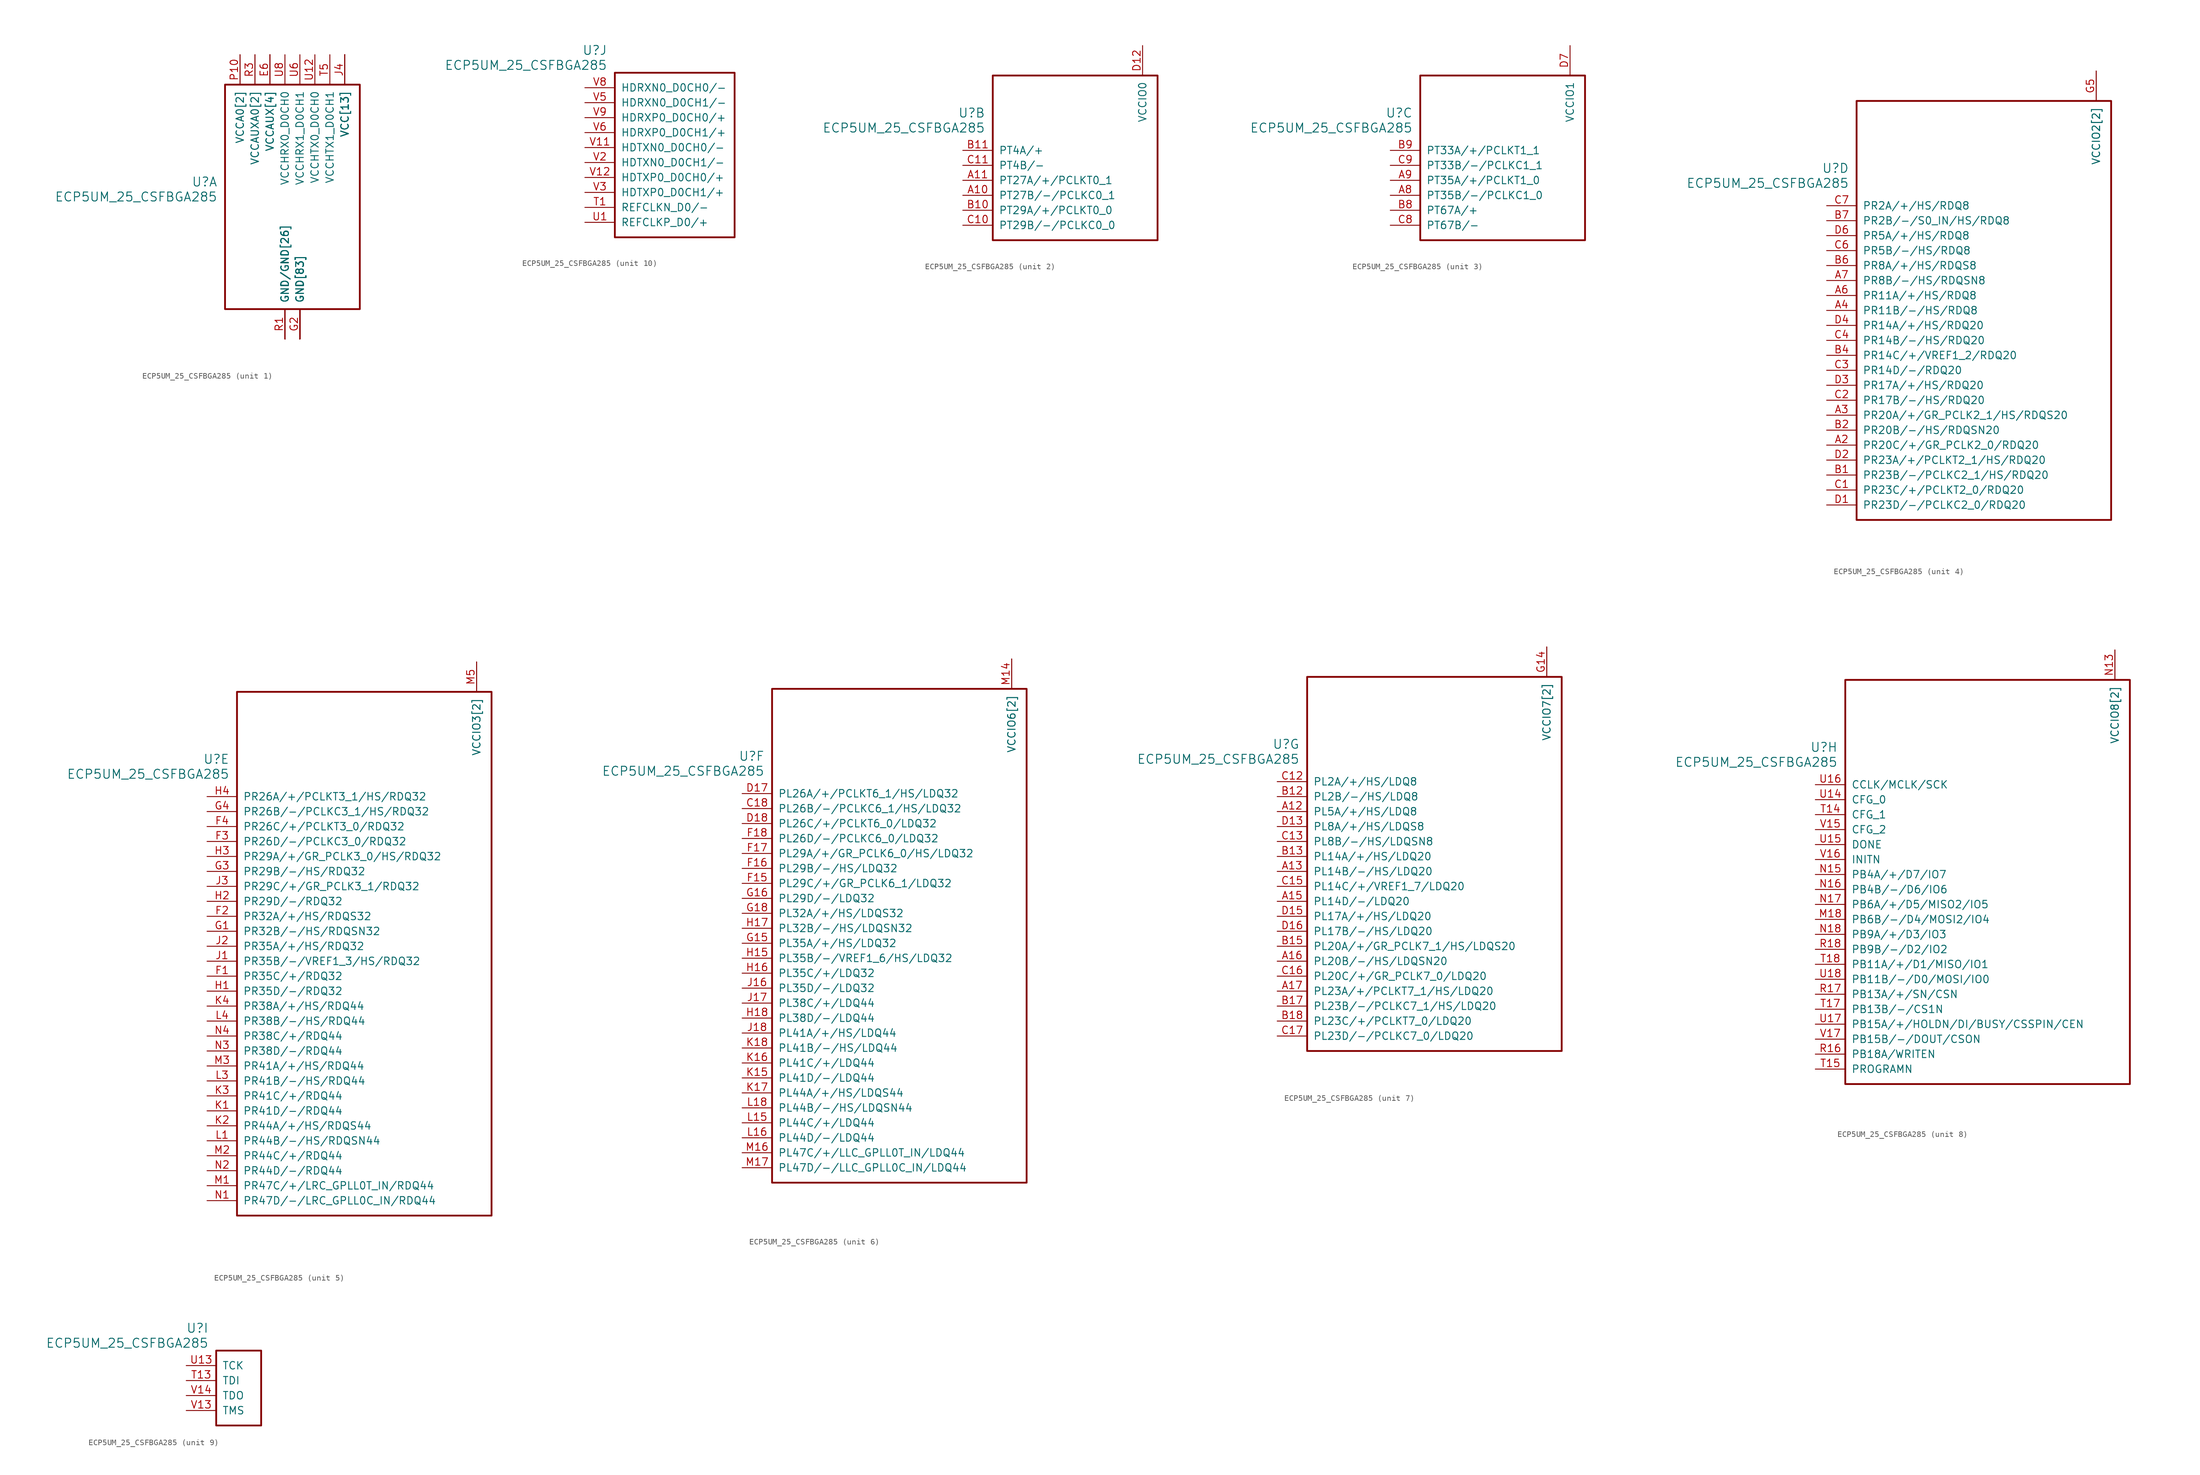
<source format=kicad_sym>
(kicad_symbol_lib
  (version 20241209)
  (generator "kicad_symbol_editor")
  (generator_version "9.0")
  (symbol "ECP5UM_25_CSFBGA285"
    (pin_names
      (offset 1.016))
    (property "Reference" "U"
      (at 3.81 6.35 0)
      (effects (font (size 1.524 1.524)) (justify right)))
    (property "Value" "ECP5UM_25_CSFBGA285"
      (at 3.81 3.81 0)
      (effects (font (size 1.524 1.524)) (justify right)))
    (property "ki_locked" ""
      (at 0 0 0)
      (effects (font (size 1.27 1.27))))
    (symbol "ECP5UM_25_CSFBGA285_1_1"
      (rectangle (start 5.08 22.86) (end 27.94 -15.24) (stroke (width 0.305) (type solid)) (fill (type none)))
      (pin power_in line (at 7.62 27.94 270) (length 5.08) (name "VCCA0[2]" (effects (font (size 1.27 1.27)))) (number "P10" (effects (font (size 1.27 1.27)))))
      (pin power_in line (at 7.62 27.94 270) (length 5.08) (name "VCCA0[2]" (effects (font (size 1.27 1.27)))) (number "R10" (effects (font (size 0 0)))))
      (pin power_in line (at 10.16 27.94 270) (length 5.08) (name "VCCAUXA0[2]" (effects (font (size 1.27 1.27)))) (number "P5" (effects (font (size 0 0)))))
      (pin power_in line (at 10.16 27.94 270) (length 5.08) (name "VCCAUXA0[2]" (effects (font (size 1.27 1.27)))) (number "R3" (effects (font (size 1.27 1.27)))))
      (pin power_in line (at 12.7 27.94 270) (length 5.08) (name "VCCAUX[4]" (effects (font (size 1.27 1.27)))) (number "E13" (effects (font (size 0 0)))))
      (pin power_in line (at 12.7 27.94 270) (length 5.08) (name "VCCAUX[4]" (effects (font (size 1.27 1.27)))) (number "E6" (effects (font (size 1.27 1.27)))))
      (pin power_in line (at 12.7 27.94 270) (length 5.08) (name "VCCAUX[4]" (effects (font (size 1.27 1.27)))) (number "N6" (effects (font (size 0 0)))))
      (pin power_in line (at 12.7 27.94 270) (length 5.08) (name "VCCAUX[4]" (effects (font (size 1.27 1.27)))) (number "P13" (effects (font (size 0 0)))))
      (pin power_in line (at 15.24 27.94 270) (length 5.08) (name "VCCHRX0_D0CH0" (effects (font (size 1.27 1.27)))) (number "U8" (effects (font (size 1.27 1.27)))))
      (pin power_in line (at 15.24 -20.32 90) (length 5.08) (name "GND/GND[26]" (effects (font (size 1.27 1.27)))) (number "P12" (effects (font (size 0 0)))))
      (pin power_in line (at 15.24 -20.32 90) (length 5.08) (name "GND/GND[26]" (effects (font (size 1.27 1.27)))) (number "P6" (effects (font (size 0 0)))))
      (pin power_in line (at 15.24 -20.32 90) (length 5.08) (name "GND/GND[26]" (effects (font (size 1.27 1.27)))) (number "P8" (effects (font (size 0 0)))))
      (pin power_in line (at 15.24 -20.32 90) (length 5.08) (name "GND/GND[26]" (effects (font (size 1.27 1.27)))) (number "R1" (effects (font (size 1.27 1.27)))))
      (pin power_in line (at 15.24 -20.32 90) (length 5.08) (name "GND/GND[26]" (effects (font (size 1.27 1.27)))) (number "R2" (effects (font (size 0 0)))))
      (pin power_in line (at 15.24 -20.32 90) (length 5.08) (name "GND/GND[26]" (effects (font (size 1.27 1.27)))) (number "T10" (effects (font (size 0 0)))))
      (pin power_in line (at 15.24 -20.32 90) (length 5.08) (name "GND/GND[26]" (effects (font (size 1.27 1.27)))) (number "T11" (effects (font (size 0 0)))))
      (pin power_in line (at 15.24 -20.32 90) (length 5.08) (name "GND/GND[26]" (effects (font (size 1.27 1.27)))) (number "T12" (effects (font (size 0 0)))))
      (pin power_in line (at 15.24 -20.32 90) (length 5.08) (name "GND/GND[26]" (effects (font (size 1.27 1.27)))) (number "T2" (effects (font (size 0 0)))))
      (pin power_in line (at 15.24 -20.32 90) (length 5.08) (name "GND/GND[26]" (effects (font (size 1.27 1.27)))) (number "T3" (effects (font (size 0 0)))))
      (pin power_in line (at 15.24 -20.32 90) (length 5.08) (name "GND/GND[26]" (effects (font (size 1.27 1.27)))) (number "T4" (effects (font (size 0 0)))))
      (pin power_in line (at 15.24 -20.32 90) (length 5.08) (name "GND/GND[26]" (effects (font (size 1.27 1.27)))) (number "T6" (effects (font (size 0 0)))))
      (pin power_in line (at 15.24 -20.32 90) (length 5.08) (name "GND/GND[26]" (effects (font (size 1.27 1.27)))) (number "T7" (effects (font (size 0 0)))))
      (pin power_in line (at 15.24 -20.32 90) (length 5.08) (name "GND/GND[26]" (effects (font (size 1.27 1.27)))) (number "T8" (effects (font (size 0 0)))))
      (pin power_in line (at 15.24 -20.32 90) (length 5.08) (name "GND/GND[26]" (effects (font (size 1.27 1.27)))) (number "T9" (effects (font (size 0 0)))))
      (pin power_in line (at 15.24 -20.32 90) (length 5.08) (name "GND/GND[26]" (effects (font (size 1.27 1.27)))) (number "U10" (effects (font (size 0 0)))))
      (pin power_in line (at 15.24 -20.32 90) (length 5.08) (name "GND/GND[26]" (effects (font (size 1.27 1.27)))) (number "U11" (effects (font (size 0 0)))))
      (pin power_in line (at 15.24 -20.32 90) (length 5.08) (name "GND/GND[26]" (effects (font (size 1.27 1.27)))) (number "U2" (effects (font (size 0 0)))))
      (pin power_in line (at 15.24 -20.32 90) (length 5.08) (name "GND/GND[26]" (effects (font (size 1.27 1.27)))) (number "U3" (effects (font (size 0 0)))))
      (pin power_in line (at 15.24 -20.32 90) (length 5.08) (name "GND/GND[26]" (effects (font (size 1.27 1.27)))) (number "U4" (effects (font (size 0 0)))))
      (pin power_in line (at 15.24 -20.32 90) (length 5.08) (name "GND/GND[26]" (effects (font (size 1.27 1.27)))) (number "U5" (effects (font (size 0 0)))))
      (pin power_in line (at 15.24 -20.32 90) (length 5.08) (name "GND/GND[26]" (effects (font (size 1.27 1.27)))) (number "U7" (effects (font (size 0 0)))))
      (pin power_in line (at 15.24 -20.32 90) (length 5.08) (name "GND/GND[26]" (effects (font (size 1.27 1.27)))) (number "U9" (effects (font (size 0 0)))))
      (pin power_in line (at 15.24 -20.32 90) (length 5.08) (name "GND/GND[26]" (effects (font (size 1.27 1.27)))) (number "V10" (effects (font (size 0 0)))))
      (pin power_in line (at 15.24 -20.32 90) (length 5.08) (name "GND/GND[26]" (effects (font (size 1.27 1.27)))) (number "V4" (effects (font (size 0 0)))))
      (pin power_in line (at 15.24 -20.32 90) (length 5.08) (name "GND/GND[26]" (effects (font (size 1.27 1.27)))) (number "V7" (effects (font (size 0 0)))))
      (pin power_in line (at 17.78 27.94 270) (length 5.08) (name "VCCHRX1_D0CH1" (effects (font (size 1.27 1.27)))) (number "U6" (effects (font (size 1.27 1.27)))))
      (pin power_in line (at 17.78 -20.32 90) (length 5.08) (name "GND[83]" (effects (font (size 1.27 1.27)))) (number "B16" (effects (font (size 0 0)))))
      (pin power_in line (at 17.78 -20.32 90) (length 5.08) (name "GND[83]" (effects (font (size 1.27 1.27)))) (number "B3" (effects (font (size 0 0)))))
      (pin power_in line (at 17.78 -20.32 90) (length 5.08) (name "GND[83]" (effects (font (size 1.27 1.27)))) (number "E10" (effects (font (size 0 0)))))
      (pin power_in line (at 17.78 -20.32 90) (length 5.08) (name "GND[83]" (effects (font (size 1.27 1.27)))) (number "E11" (effects (font (size 0 0)))))
      (pin power_in line (at 17.78 -20.32 90) (length 5.08) (name "GND[83]" (effects (font (size 1.27 1.27)))) (number "E12" (effects (font (size 0 0)))))
      (pin power_in line (at 17.78 -20.32 90) (length 5.08) (name "GND[83]" (effects (font (size 1.27 1.27)))) (number "E14" (effects (font (size 0 0)))))
      (pin power_in line (at 17.78 -20.32 90) (length 5.08) (name "GND[83]" (effects (font (size 1.27 1.27)))) (number "E5" (effects (font (size 0 0)))))
      (pin power_in line (at 17.78 -20.32 90) (length 5.08) (name "GND[83]" (effects (font (size 1.27 1.27)))) (number "E7" (effects (font (size 0 0)))))
      (pin power_in line (at 17.78 -20.32 90) (length 5.08) (name "GND[83]" (effects (font (size 1.27 1.27)))) (number "E8" (effects (font (size 0 0)))))
      (pin power_in line (at 17.78 -20.32 90) (length 5.08) (name "GND[83]" (effects (font (size 1.27 1.27)))) (number "E9" (effects (font (size 0 0)))))
      (pin power_in line (at 17.78 -20.32 90) (length 5.08) (name "GND[83]" (effects (font (size 1.27 1.27)))) (number "F10" (effects (font (size 0 0)))))
      (pin power_in line (at 17.78 -20.32 90) (length 5.08) (name "GND[83]" (effects (font (size 1.27 1.27)))) (number "F11" (effects (font (size 0 0)))))
      (pin power_in line (at 17.78 -20.32 90) (length 5.08) (name "GND[83]" (effects (font (size 1.27 1.27)))) (number "F12" (effects (font (size 0 0)))))
      (pin power_in line (at 17.78 -20.32 90) (length 5.08) (name "GND[83]" (effects (font (size 1.27 1.27)))) (number "F13" (effects (font (size 0 0)))))
      (pin power_in line (at 17.78 -20.32 90) (length 5.08) (name "GND[83]" (effects (font (size 1.27 1.27)))) (number "F14" (effects (font (size 0 0)))))
      (pin power_in line (at 17.78 -20.32 90) (length 5.08) (name "GND[83]" (effects (font (size 1.27 1.27)))) (number "F5" (effects (font (size 0 0)))))
      (pin power_in line (at 17.78 -20.32 90) (length 5.08) (name "GND[83]" (effects (font (size 1.27 1.27)))) (number "F6" (effects (font (size 0 0)))))
      (pin power_in line (at 17.78 -20.32 90) (length 5.08) (name "GND[83]" (effects (font (size 1.27 1.27)))) (number "F7" (effects (font (size 0 0)))))
      (pin power_in line (at 17.78 -20.32 90) (length 5.08) (name "GND[83]" (effects (font (size 1.27 1.27)))) (number "F8" (effects (font (size 0 0)))))
      (pin power_in line (at 17.78 -20.32 90) (length 5.08) (name "GND[83]" (effects (font (size 1.27 1.27)))) (number "F9" (effects (font (size 0 0)))))
      (pin power_in line (at 17.78 -20.32 90) (length 5.08) (name "GND[83]" (effects (font (size 1.27 1.27)))) (number "G10" (effects (font (size 0 0)))))
      (pin power_in line (at 17.78 -20.32 90) (length 5.08) (name "GND[83]" (effects (font (size 1.27 1.27)))) (number "G11" (effects (font (size 0 0)))))
      (pin power_in line (at 17.78 -20.32 90) (length 5.08) (name "GND[83]" (effects (font (size 1.27 1.27)))) (number "G12" (effects (font (size 0 0)))))
      (pin power_in line (at 17.78 -20.32 90) (length 5.08) (name "GND[83]" (effects (font (size 1.27 1.27)))) (number "G13" (effects (font (size 0 0)))))
      (pin power_in line (at 17.78 -20.32 90) (length 5.08) (name "GND[83]" (effects (font (size 1.27 1.27)))) (number "G17" (effects (font (size 0 0)))))
      (pin power_in line (at 17.78 -20.32 90) (length 5.08) (name "GND[83]" (effects (font (size 1.27 1.27)))) (number "G2" (effects (font (size 1.27 1.27)))))
      (pin power_in line (at 17.78 -20.32 90) (length 5.08) (name "GND[83]" (effects (font (size 1.27 1.27)))) (number "G6" (effects (font (size 0 0)))))
      (pin power_in line (at 17.78 -20.32 90) (length 5.08) (name "GND[83]" (effects (font (size 1.27 1.27)))) (number "G7" (effects (font (size 0 0)))))
      (pin power_in line (at 17.78 -20.32 90) (length 5.08) (name "GND[83]" (effects (font (size 1.27 1.27)))) (number "G8" (effects (font (size 0 0)))))
      (pin power_in line (at 17.78 -20.32 90) (length 5.08) (name "GND[83]" (effects (font (size 1.27 1.27)))) (number "G9" (effects (font (size 0 0)))))
      (pin power_in line (at 17.78 -20.32 90) (length 5.08) (name "GND[83]" (effects (font (size 1.27 1.27)))) (number "H10" (effects (font (size 0 0)))))
      (pin power_in line (at 17.78 -20.32 90) (length 5.08) (name "GND[83]" (effects (font (size 1.27 1.27)))) (number "H11" (effects (font (size 0 0)))))
      (pin power_in line (at 17.78 -20.32 90) (length 5.08) (name "GND[83]" (effects (font (size 1.27 1.27)))) (number "H12" (effects (font (size 0 0)))))
      (pin power_in line (at 17.78 -20.32 90) (length 5.08) (name "GND[83]" (effects (font (size 1.27 1.27)))) (number "H13" (effects (font (size 0 0)))))
      (pin power_in line (at 17.78 -20.32 90) (length 5.08) (name "GND[83]" (effects (font (size 1.27 1.27)))) (number "H6" (effects (font (size 0 0)))))
      (pin power_in line (at 17.78 -20.32 90) (length 5.08) (name "GND[83]" (effects (font (size 1.27 1.27)))) (number "H7" (effects (font (size 0 0)))))
      (pin power_in line (at 17.78 -20.32 90) (length 5.08) (name "GND[83]" (effects (font (size 1.27 1.27)))) (number "H8" (effects (font (size 0 0)))))
      (pin power_in line (at 17.78 -20.32 90) (length 5.08) (name "GND[83]" (effects (font (size 1.27 1.27)))) (number "H9" (effects (font (size 0 0)))))
      (pin power_in line (at 17.78 -20.32 90) (length 5.08) (name "GND[83]" (effects (font (size 1.27 1.27)))) (number "J10" (effects (font (size 0 0)))))
      (pin power_in line (at 17.78 -20.32 90) (length 5.08) (name "GND[83]" (effects (font (size 1.27 1.27)))) (number "J11" (effects (font (size 0 0)))))
      (pin power_in line (at 17.78 -20.32 90) (length 5.08) (name "GND[83]" (effects (font (size 1.27 1.27)))) (number "J12" (effects (font (size 0 0)))))
      (pin power_in line (at 17.78 -20.32 90) (length 5.08) (name "GND[83]" (effects (font (size 1.27 1.27)))) (number "J13" (effects (font (size 0 0)))))
      (pin power_in line (at 17.78 -20.32 90) (length 5.08) (name "GND[83]" (effects (font (size 1.27 1.27)))) (number "J6" (effects (font (size 0 0)))))
      (pin power_in line (at 17.78 -20.32 90) (length 5.08) (name "GND[83]" (effects (font (size 1.27 1.27)))) (number "J7" (effects (font (size 0 0)))))
      (pin power_in line (at 17.78 -20.32 90) (length 5.08) (name "GND[83]" (effects (font (size 1.27 1.27)))) (number "J8" (effects (font (size 0 0)))))
      (pin power_in line (at 17.78 -20.32 90) (length 5.08) (name "GND[83]" (effects (font (size 1.27 1.27)))) (number "J9" (effects (font (size 0 0)))))
      (pin power_in line (at 17.78 -20.32 90) (length 5.08) (name "GND[83]" (effects (font (size 1.27 1.27)))) (number "K10" (effects (font (size 0 0)))))
      (pin power_in line (at 17.78 -20.32 90) (length 5.08) (name "GND[83]" (effects (font (size 1.27 1.27)))) (number "K11" (effects (font (size 0 0)))))
      (pin power_in line (at 17.78 -20.32 90) (length 5.08) (name "GND[83]" (effects (font (size 1.27 1.27)))) (number "K12" (effects (font (size 0 0)))))
      (pin power_in line (at 17.78 -20.32 90) (length 5.08) (name "GND[83]" (effects (font (size 1.27 1.27)))) (number "K13" (effects (font (size 0 0)))))
      (pin power_in line (at 17.78 -20.32 90) (length 5.08) (name "GND[83]" (effects (font (size 1.27 1.27)))) (number "K14" (effects (font (size 0 0)))))
      (pin power_in line (at 17.78 -20.32 90) (length 5.08) (name "GND[83]" (effects (font (size 1.27 1.27)))) (number "K5" (effects (font (size 0 0)))))
      (pin power_in line (at 17.78 -20.32 90) (length 5.08) (name "GND[83]" (effects (font (size 1.27 1.27)))) (number "K6" (effects (font (size 0 0)))))
      (pin power_in line (at 17.78 -20.32 90) (length 5.08) (name "GND[83]" (effects (font (size 1.27 1.27)))) (number "K7" (effects (font (size 0 0)))))
      (pin power_in line (at 17.78 -20.32 90) (length 5.08) (name "GND[83]" (effects (font (size 1.27 1.27)))) (number "K8" (effects (font (size 0 0)))))
      (pin power_in line (at 17.78 -20.32 90) (length 5.08) (name "GND[83]" (effects (font (size 1.27 1.27)))) (number "K9" (effects (font (size 0 0)))))
      (pin power_in line (at 17.78 -20.32 90) (length 5.08) (name "GND[83]" (effects (font (size 1.27 1.27)))) (number "L10" (effects (font (size 0 0)))))
      (pin power_in line (at 17.78 -20.32 90) (length 5.08) (name "GND[83]" (effects (font (size 1.27 1.27)))) (number "L11" (effects (font (size 0 0)))))
      (pin power_in line (at 17.78 -20.32 90) (length 5.08) (name "GND[83]" (effects (font (size 1.27 1.27)))) (number "L12" (effects (font (size 0 0)))))
      (pin power_in line (at 17.78 -20.32 90) (length 5.08) (name "GND[83]" (effects (font (size 1.27 1.27)))) (number "L13" (effects (font (size 0 0)))))
      (pin power_in line (at 17.78 -20.32 90) (length 5.08) (name "GND[83]" (effects (font (size 1.27 1.27)))) (number "L14" (effects (font (size 0 0)))))
      (pin power_in line (at 17.78 -20.32 90) (length 5.08) (name "GND[83]" (effects (font (size 1.27 1.27)))) (number "L17" (effects (font (size 0 0)))))
      (pin power_in line (at 17.78 -20.32 90) (length 5.08) (name "GND[83]" (effects (font (size 1.27 1.27)))) (number "L2" (effects (font (size 0 0)))))
      (pin power_in line (at 17.78 -20.32 90) (length 5.08) (name "GND[83]" (effects (font (size 1.27 1.27)))) (number "L5" (effects (font (size 0 0)))))
      (pin power_in line (at 17.78 -20.32 90) (length 5.08) (name "GND[83]" (effects (font (size 1.27 1.27)))) (number "L6" (effects (font (size 0 0)))))
      (pin power_in line (at 17.78 -20.32 90) (length 5.08) (name "GND[83]" (effects (font (size 1.27 1.27)))) (number "L7" (effects (font (size 0 0)))))
      (pin power_in line (at 17.78 -20.32 90) (length 5.08) (name "GND[83]" (effects (font (size 1.27 1.27)))) (number "L8" (effects (font (size 0 0)))))
      (pin power_in line (at 17.78 -20.32 90) (length 5.08) (name "GND[83]" (effects (font (size 1.27 1.27)))) (number "L9" (effects (font (size 0 0)))))
      (pin power_in line (at 17.78 -20.32 90) (length 5.08) (name "GND[83]" (effects (font (size 1.27 1.27)))) (number "M10" (effects (font (size 0 0)))))
      (pin power_in line (at 17.78 -20.32 90) (length 5.08) (name "GND[83]" (effects (font (size 1.27 1.27)))) (number "M11" (effects (font (size 0 0)))))
      (pin power_in line (at 17.78 -20.32 90) (length 5.08) (name "GND[83]" (effects (font (size 1.27 1.27)))) (number "M12" (effects (font (size 0 0)))))
      (pin power_in line (at 17.78 -20.32 90) (length 5.08) (name "GND[83]" (effects (font (size 1.27 1.27)))) (number "M13" (effects (font (size 0 0)))))
      (pin power_in line (at 17.78 -20.32 90) (length 5.08) (name "GND[83]" (effects (font (size 1.27 1.27)))) (number "M6" (effects (font (size 0 0)))))
      (pin power_in line (at 17.78 -20.32 90) (length 5.08) (name "GND[83]" (effects (font (size 1.27 1.27)))) (number "M7" (effects (font (size 0 0)))))
      (pin power_in line (at 17.78 -20.32 90) (length 5.08) (name "GND[83]" (effects (font (size 1.27 1.27)))) (number "M8" (effects (font (size 0 0)))))
      (pin power_in line (at 17.78 -20.32 90) (length 5.08) (name "GND[83]" (effects (font (size 1.27 1.27)))) (number "M9" (effects (font (size 0 0)))))
      (pin power_in line (at 17.78 -20.32 90) (length 5.08) (name "GND[83]" (effects (font (size 1.27 1.27)))) (number "N10" (effects (font (size 0 0)))))
      (pin power_in line (at 17.78 -20.32 90) (length 5.08) (name "GND[83]" (effects (font (size 1.27 1.27)))) (number "N11" (effects (font (size 0 0)))))
      (pin power_in line (at 17.78 -20.32 90) (length 5.08) (name "GND[83]" (effects (font (size 1.27 1.27)))) (number "N12" (effects (font (size 0 0)))))
      (pin power_in line (at 17.78 -20.32 90) (length 5.08) (name "GND[83]" (effects (font (size 1.27 1.27)))) (number "N7" (effects (font (size 0 0)))))
      (pin power_in line (at 17.78 -20.32 90) (length 5.08) (name "GND[83]" (effects (font (size 1.27 1.27)))) (number "N8" (effects (font (size 0 0)))))
      (pin power_in line (at 17.78 -20.32 90) (length 5.08) (name "GND[83]" (effects (font (size 1.27 1.27)))) (number "N9" (effects (font (size 0 0)))))
      (pin power_in line (at 17.78 -20.32 90) (length 5.08) (name "GND[83]" (effects (font (size 1.27 1.27)))) (number "T16" (effects (font (size 0 0)))))
      (pin power_in line (at 20.32 27.94 270) (length 5.08) (name "VCCHTX0_D0CH0" (effects (font (size 1.27 1.27)))) (number "U12" (effects (font (size 1.27 1.27)))))
      (pin power_in line (at 22.86 27.94 270) (length 5.08) (name "VCCHTX1_D0CH1" (effects (font (size 1.27 1.27)))) (number "T5" (effects (font (size 1.27 1.27)))))
      (pin power_in line (at 25.4 27.94 270) (length 5.08) (name "VCC[13]" (effects (font (size 1.27 1.27)))) (number "D10" (effects (font (size 0 0)))))
      (pin power_in line (at 25.4 27.94 270) (length 5.08) (name "VCC[13]" (effects (font (size 1.27 1.27)))) (number "D11" (effects (font (size 0 0)))))
      (pin power_in line (at 25.4 27.94 270) (length 5.08) (name "VCC[13]" (effects (font (size 1.27 1.27)))) (number "D8" (effects (font (size 0 0)))))
      (pin power_in line (at 25.4 27.94 270) (length 5.08) (name "VCC[13]" (effects (font (size 1.27 1.27)))) (number "D9" (effects (font (size 0 0)))))
      (pin power_in line (at 25.4 27.94 270) (length 5.08) (name "VCC[13]" (effects (font (size 1.27 1.27)))) (number "J14" (effects (font (size 0 0)))))
      (pin power_in line (at 25.4 27.94 270) (length 5.08) (name "VCC[13]" (effects (font (size 1.27 1.27)))) (number "J15" (effects (font (size 0 0)))))
      (pin power_in line (at 25.4 27.94 270) (length 5.08) (name "VCC[13]" (effects (font (size 1.27 1.27)))) (number "J4" (effects (font (size 1.27 1.27)))))
      (pin power_in line (at 25.4 27.94 270) (length 5.08) (name "VCC[13]" (effects (font (size 1.27 1.27)))) (number "J5" (effects (font (size 0 0)))))
      (pin power_in line (at 25.4 27.94 270) (length 5.08) (name "VCC[13]" (effects (font (size 1.27 1.27)))) (number "M15" (effects (font (size 0 0)))))
      (pin power_in line (at 25.4 27.94 270) (length 5.08) (name "VCC[13]" (effects (font (size 1.27 1.27)))) (number "M4" (effects (font (size 0 0)))))
      (pin power_in line (at 25.4 27.94 270) (length 5.08) (name "VCC[13]" (effects (font (size 1.27 1.27)))) (number "P11" (effects (font (size 0 0)))))
      (pin power_in line (at 25.4 27.94 270) (length 5.08) (name "VCC[13]" (effects (font (size 1.27 1.27)))) (number "P7" (effects (font (size 0 0)))))
      (pin power_in line (at 25.4 27.94 270) (length 5.08) (name "VCC[13]" (effects (font (size 1.27 1.27)))) (number "P9" (effects (font (size 0 0))))))
    (symbol "ECP5UM_25_CSFBGA285_2_1"
      (rectangle (start 5.08 12.7) (end 33.02 -15.24) (stroke (width 0.305) (type solid)) (fill (type none)))
      (pin bidirectional line (at 0 0 0) (length 5.08) (name "PT4A/+" (effects (font (size 1.27 1.27)))) (number "B11" (effects (font (size 1.27 1.27)))))
      (pin bidirectional line (at 0 -2.54 0) (length 5.08) (name "PT4B/-" (effects (font (size 1.27 1.27)))) (number "C11" (effects (font (size 1.27 1.27)))))
      (pin bidirectional line (at 0 -5.08 0) (length 5.08) (name "PT27A/+/PCLKT0_1" (effects (font (size 1.27 1.27)))) (number "A11" (effects (font (size 1.27 1.27)))))
      (pin bidirectional line (at 0 -7.62 0) (length 5.08) (name "PT27B/-/PCLKC0_1" (effects (font (size 1.27 1.27)))) (number "A10" (effects (font (size 1.27 1.27)))))
      (pin bidirectional line (at 0 -10.16 0) (length 5.08) (name "PT29A/+/PCLKT0_0" (effects (font (size 1.27 1.27)))) (number "B10" (effects (font (size 1.27 1.27)))))
      (pin bidirectional line (at 0 -12.7 0) (length 5.08) (name "PT29B/-/PCLKC0_0" (effects (font (size 1.27 1.27)))) (number "C10" (effects (font (size 1.27 1.27)))))
      (pin power_in line (at 30.48 17.78 270) (length 5.08) (name "VCCIO0" (effects (font (size 1.27 1.27)))) (number "D12" (effects (font (size 1.27 1.27))))))
    (symbol "ECP5UM_25_CSFBGA285_3_1"
      (rectangle (start 5.08 12.7) (end 33.02 -15.24) (stroke (width 0.305) (type solid)) (fill (type none)))
      (pin bidirectional line (at 0 0 0) (length 5.08) (name "PT33A/+/PCLKT1_1" (effects (font (size 1.27 1.27)))) (number "B9" (effects (font (size 1.27 1.27)))))
      (pin bidirectional line (at 0 -2.54 0) (length 5.08) (name "PT33B/-/PCLKC1_1" (effects (font (size 1.27 1.27)))) (number "C9" (effects (font (size 1.27 1.27)))))
      (pin bidirectional line (at 0 -5.08 0) (length 5.08) (name "PT35A/+/PCLKT1_0" (effects (font (size 1.27 1.27)))) (number "A9" (effects (font (size 1.27 1.27)))))
      (pin bidirectional line (at 0 -7.62 0) (length 5.08) (name "PT35B/-/PCLKC1_0" (effects (font (size 1.27 1.27)))) (number "A8" (effects (font (size 1.27 1.27)))))
      (pin bidirectional line (at 0 -10.16 0) (length 5.08) (name "PT67A/+" (effects (font (size 1.27 1.27)))) (number "B8" (effects (font (size 1.27 1.27)))))
      (pin bidirectional line (at 0 -12.7 0) (length 5.08) (name "PT67B/-" (effects (font (size 1.27 1.27)))) (number "C8" (effects (font (size 1.27 1.27)))))
      (pin power_in line (at 30.48 17.78 270) (length 5.08) (name "VCCIO1" (effects (font (size 1.27 1.27)))) (number "D7" (effects (font (size 1.27 1.27))))))
    (symbol "ECP5UM_25_CSFBGA285_4_1"
      (rectangle (start 5.08 17.78) (end 48.26 -53.34) (stroke (width 0.305) (type solid)) (fill (type none)))
      (pin bidirectional line (at 0 0 0) (length 5.08) (name "PR2A/+/HS/RDQ8" (effects (font (size 1.27 1.27)))) (number "C7" (effects (font (size 1.27 1.27)))))
      (pin bidirectional line (at 0 -2.54 0) (length 5.08) (name "PR2B/-/S0_IN/HS/RDQ8" (effects (font (size 1.27 1.27)))) (number "B7" (effects (font (size 1.27 1.27)))))
      (pin bidirectional line (at 0 -5.08 0) (length 5.08) (name "PR5A/+/HS/RDQ8" (effects (font (size 1.27 1.27)))) (number "D6" (effects (font (size 1.27 1.27)))))
      (pin bidirectional line (at 0 -7.62 0) (length 5.08) (name "PR5B/-/HS/RDQ8" (effects (font (size 1.27 1.27)))) (number "C6" (effects (font (size 1.27 1.27)))))
      (pin bidirectional line (at 0 -10.16 0) (length 5.08) (name "PR8A/+/HS/RDQS8" (effects (font (size 1.27 1.27)))) (number "B6" (effects (font (size 1.27 1.27)))))
      (pin bidirectional line (at 0 -12.7 0) (length 5.08) (name "PR8B/-/HS/RDQSN8" (effects (font (size 1.27 1.27)))) (number "A7" (effects (font (size 1.27 1.27)))))
      (pin bidirectional line (at 0 -15.24 0) (length 5.08) (name "PR11A/+/HS/RDQ8" (effects (font (size 1.27 1.27)))) (number "A6" (effects (font (size 1.27 1.27)))))
      (pin bidirectional line (at 0 -17.78 0) (length 5.08) (name "PR11B/-/HS/RDQ8" (effects (font (size 1.27 1.27)))) (number "A4" (effects (font (size 1.27 1.27)))))
      (pin bidirectional line (at 0 -20.32 0) (length 5.08) (name "PR14A/+/HS/RDQ20" (effects (font (size 1.27 1.27)))) (number "D4" (effects (font (size 1.27 1.27)))))
      (pin bidirectional line (at 0 -22.86 0) (length 5.08) (name "PR14B/-/HS/RDQ20" (effects (font (size 1.27 1.27)))) (number "C4" (effects (font (size 1.27 1.27)))))
      (pin bidirectional line (at 0 -25.4 0) (length 5.08) (name "PR14C/+/VREF1_2/RDQ20" (effects (font (size 1.27 1.27)))) (number "B4" (effects (font (size 1.27 1.27)))))
      (pin bidirectional line (at 0 -27.94 0) (length 5.08) (name "PR14D/-/RDQ20" (effects (font (size 1.27 1.27)))) (number "C3" (effects (font (size 1.27 1.27)))))
      (pin bidirectional line (at 0 -30.48 0) (length 5.08) (name "PR17A/+/HS/RDQ20" (effects (font (size 1.27 1.27)))) (number "D3" (effects (font (size 1.27 1.27)))))
      (pin bidirectional line (at 0 -33.02 0) (length 5.08) (name "PR17B/-/HS/RDQ20" (effects (font (size 1.27 1.27)))) (number "C2" (effects (font (size 1.27 1.27)))))
      (pin bidirectional line (at 0 -35.56 0) (length 5.08) (name "PR20A/+/GR_PCLK2_1/HS/RDQS20" (effects (font (size 1.27 1.27)))) (number "A3" (effects (font (size 1.27 1.27)))))
      (pin bidirectional line (at 0 -38.1 0) (length 5.08) (name "PR20B/-/HS/RDQSN20" (effects (font (size 1.27 1.27)))) (number "B2" (effects (font (size 1.27 1.27)))))
      (pin bidirectional line (at 0 -40.64 0) (length 5.08) (name "PR20C/+/GR_PCLK2_0/RDQ20" (effects (font (size 1.27 1.27)))) (number "A2" (effects (font (size 1.27 1.27)))))
      (pin bidirectional line (at 0 -43.18 0) (length 5.08) (name "PR23A/+/PCLKT2_1/HS/RDQ20" (effects (font (size 1.27 1.27)))) (number "D2" (effects (font (size 1.27 1.27)))))
      (pin bidirectional line (at 0 -45.72 0) (length 5.08) (name "PR23B/-/PCLKC2_1/HS/RDQ20" (effects (font (size 1.27 1.27)))) (number "B1" (effects (font (size 1.27 1.27)))))
      (pin bidirectional line (at 0 -48.26 0) (length 5.08) (name "PR23C/+/PCLKT2_0/RDQ20" (effects (font (size 1.27 1.27)))) (number "C1" (effects (font (size 1.27 1.27)))))
      (pin bidirectional line (at 0 -50.8 0) (length 5.08) (name "PR23D/-/PCLKC2_0/RDQ20" (effects (font (size 1.27 1.27)))) (number "D1" (effects (font (size 1.27 1.27)))))
      (pin power_in line (at 45.72 22.86 270) (length 5.08) (name "VCCIO2[2]" (effects (font (size 1.27 1.27)))) (number "G5" (effects (font (size 1.27 1.27)))))
      (pin power_in line (at 45.72 22.86 270) (length 5.08) (name "VCCIO2[2]" (effects (font (size 1.27 1.27)))) (number "H5" (effects (font (size 0 0))))))
    (symbol "ECP5UM_25_CSFBGA285_5_1"
      (rectangle (start 5.08 17.78) (end 48.26 -71.12) (stroke (width 0.305) (type solid)) (fill (type none)))
      (pin bidirectional line (at 0 0 0) (length 5.08) (name "PR26A/+/PCLKT3_1/HS/RDQ32" (effects (font (size 1.27 1.27)))) (number "H4" (effects (font (size 1.27 1.27)))))
      (pin bidirectional line (at 0 -2.54 0) (length 5.08) (name "PR26B/-/PCLKC3_1/HS/RDQ32" (effects (font (size 1.27 1.27)))) (number "G4" (effects (font (size 1.27 1.27)))))
      (pin bidirectional line (at 0 -5.08 0) (length 5.08) (name "PR26C/+/PCLKT3_0/RDQ32" (effects (font (size 1.27 1.27)))) (number "F4" (effects (font (size 1.27 1.27)))))
      (pin bidirectional line (at 0 -7.62 0) (length 5.08) (name "PR26D/-/PCLKC3_0/RDQ32" (effects (font (size 1.27 1.27)))) (number "F3" (effects (font (size 1.27 1.27)))))
      (pin bidirectional line (at 0 -10.16 0) (length 5.08) (name "PR29A/+/GR_PCLK3_0/HS/RDQ32" (effects (font (size 1.27 1.27)))) (number "H3" (effects (font (size 1.27 1.27)))))
      (pin bidirectional line (at 0 -12.7 0) (length 5.08) (name "PR29B/-/HS/RDQ32" (effects (font (size 1.27 1.27)))) (number "G3" (effects (font (size 1.27 1.27)))))
      (pin bidirectional line (at 0 -15.24 0) (length 5.08) (name "PR29C/+/GR_PCLK3_1/RDQ32" (effects (font (size 1.27 1.27)))) (number "J3" (effects (font (size 1.27 1.27)))))
      (pin bidirectional line (at 0 -17.78 0) (length 5.08) (name "PR29D/-/RDQ32" (effects (font (size 1.27 1.27)))) (number "H2" (effects (font (size 1.27 1.27)))))
      (pin bidirectional line (at 0 -20.32 0) (length 5.08) (name "PR32A/+/HS/RDQS32" (effects (font (size 1.27 1.27)))) (number "F2" (effects (font (size 1.27 1.27)))))
      (pin bidirectional line (at 0 -22.86 0) (length 5.08) (name "PR32B/-/HS/RDQSN32" (effects (font (size 1.27 1.27)))) (number "G1" (effects (font (size 1.27 1.27)))))
      (pin bidirectional line (at 0 -25.4 0) (length 5.08) (name "PR35A/+/HS/RDQ32" (effects (font (size 1.27 1.27)))) (number "J2" (effects (font (size 1.27 1.27)))))
      (pin bidirectional line (at 0 -27.94 0) (length 5.08) (name "PR35B/-/VREF1_3/HS/RDQ32" (effects (font (size 1.27 1.27)))) (number "J1" (effects (font (size 1.27 1.27)))))
      (pin bidirectional line (at 0 -30.48 0) (length 5.08) (name "PR35C/+/RDQ32" (effects (font (size 1.27 1.27)))) (number "F1" (effects (font (size 1.27 1.27)))))
      (pin bidirectional line (at 0 -33.02 0) (length 5.08) (name "PR35D/-/RDQ32" (effects (font (size 1.27 1.27)))) (number "H1" (effects (font (size 1.27 1.27)))))
      (pin bidirectional line (at 0 -35.56 0) (length 5.08) (name "PR38A/+/HS/RDQ44" (effects (font (size 1.27 1.27)))) (number "K4" (effects (font (size 1.27 1.27)))))
      (pin bidirectional line (at 0 -38.1 0) (length 5.08) (name "PR38B/-/HS/RDQ44" (effects (font (size 1.27 1.27)))) (number "L4" (effects (font (size 1.27 1.27)))))
      (pin bidirectional line (at 0 -40.64 0) (length 5.08) (name "PR38C/+/RDQ44" (effects (font (size 1.27 1.27)))) (number "N4" (effects (font (size 1.27 1.27)))))
      (pin bidirectional line (at 0 -43.18 0) (length 5.08) (name "PR38D/-/RDQ44" (effects (font (size 1.27 1.27)))) (number "N3" (effects (font (size 1.27 1.27)))))
      (pin bidirectional line (at 0 -45.72 0) (length 5.08) (name "PR41A/+/HS/RDQ44" (effects (font (size 1.27 1.27)))) (number "M3" (effects (font (size 1.27 1.27)))))
      (pin bidirectional line (at 0 -48.26 0) (length 5.08) (name "PR41B/-/HS/RDQ44" (effects (font (size 1.27 1.27)))) (number "L3" (effects (font (size 1.27 1.27)))))
      (pin bidirectional line (at 0 -50.8 0) (length 5.08) (name "PR41C/+/RDQ44" (effects (font (size 1.27 1.27)))) (number "K3" (effects (font (size 1.27 1.27)))))
      (pin bidirectional line (at 0 -53.34 0) (length 5.08) (name "PR41D/-/RDQ44" (effects (font (size 1.27 1.27)))) (number "K1" (effects (font (size 1.27 1.27)))))
      (pin bidirectional line (at 0 -55.88 0) (length 5.08) (name "PR44A/+/HS/RDQS44" (effects (font (size 1.27 1.27)))) (number "K2" (effects (font (size 1.27 1.27)))))
      (pin bidirectional line (at 0 -58.42 0) (length 5.08) (name "PR44B/-/HS/RDQSN44" (effects (font (size 1.27 1.27)))) (number "L1" (effects (font (size 1.27 1.27)))))
      (pin bidirectional line (at 0 -60.96 0) (length 5.08) (name "PR44C/+/RDQ44" (effects (font (size 1.27 1.27)))) (number "M2" (effects (font (size 1.27 1.27)))))
      (pin bidirectional line (at 0 -63.5 0) (length 5.08) (name "PR44D/-/RDQ44" (effects (font (size 1.27 1.27)))) (number "N2" (effects (font (size 1.27 1.27)))))
      (pin bidirectional line (at 0 -66.04 0) (length 5.08) (name "PR47C/+/LRC_GPLL0T_IN/RDQ44" (effects (font (size 1.27 1.27)))) (number "M1" (effects (font (size 1.27 1.27)))))
      (pin bidirectional line (at 0 -68.58 0) (length 5.08) (name "PR47D/-/LRC_GPLL0C_IN/RDQ44" (effects (font (size 1.27 1.27)))) (number "N1" (effects (font (size 1.27 1.27)))))
      (pin power_in line (at 45.72 22.86 270) (length 5.08) (name "VCCIO3[2]" (effects (font (size 1.27 1.27)))) (number "M5" (effects (font (size 1.27 1.27)))))
      (pin power_in line (at 45.72 22.86 270) (length 5.08) (name "VCCIO3[2]" (effects (font (size 1.27 1.27)))) (number "N5" (effects (font (size 0 0))))))
    (symbol "ECP5UM_25_CSFBGA285_6_1"
      (rectangle (start 5.08 17.78) (end 48.26 -66.04) (stroke (width 0.305) (type solid)) (fill (type none)))
      (pin bidirectional line (at 0 0 0) (length 5.08) (name "PL26A/+/PCLKT6_1/HS/LDQ32" (effects (font (size 1.27 1.27)))) (number "D17" (effects (font (size 1.27 1.27)))))
      (pin bidirectional line (at 0 -2.54 0) (length 5.08) (name "PL26B/-/PCLKC6_1/HS/LDQ32" (effects (font (size 1.27 1.27)))) (number "C18" (effects (font (size 1.27 1.27)))))
      (pin bidirectional line (at 0 -5.08 0) (length 5.08) (name "PL26C/+/PCLKT6_0/LDQ32" (effects (font (size 1.27 1.27)))) (number "D18" (effects (font (size 1.27 1.27)))))
      (pin bidirectional line (at 0 -7.62 0) (length 5.08) (name "PL26D/-/PCLKC6_0/LDQ32" (effects (font (size 1.27 1.27)))) (number "F18" (effects (font (size 1.27 1.27)))))
      (pin bidirectional line (at 0 -10.16 0) (length 5.08) (name "PL29A/+/GR_PCLK6_0/HS/LDQ32" (effects (font (size 1.27 1.27)))) (number "F17" (effects (font (size 1.27 1.27)))))
      (pin bidirectional line (at 0 -12.7 0) (length 5.08) (name "PL29B/-/HS/LDQ32" (effects (font (size 1.27 1.27)))) (number "F16" (effects (font (size 1.27 1.27)))))
      (pin bidirectional line (at 0 -15.24 0) (length 5.08) (name "PL29C/+/GR_PCLK6_1/LDQ32" (effects (font (size 1.27 1.27)))) (number "F15" (effects (font (size 1.27 1.27)))))
      (pin bidirectional line (at 0 -17.78 0) (length 5.08) (name "PL29D/-/LDQ32" (effects (font (size 1.27 1.27)))) (number "G16" (effects (font (size 1.27 1.27)))))
      (pin bidirectional line (at 0 -20.32 0) (length 5.08) (name "PL32A/+/HS/LDQS32" (effects (font (size 1.27 1.27)))) (number "G18" (effects (font (size 1.27 1.27)))))
      (pin bidirectional line (at 0 -22.86 0) (length 5.08) (name "PL32B/-/HS/LDQSN32" (effects (font (size 1.27 1.27)))) (number "H17" (effects (font (size 1.27 1.27)))))
      (pin bidirectional line (at 0 -25.4 0) (length 5.08) (name "PL35A/+/HS/LDQ32" (effects (font (size 1.27 1.27)))) (number "G15" (effects (font (size 1.27 1.27)))))
      (pin bidirectional line (at 0 -27.94 0) (length 5.08) (name "PL35B/-/VREF1_6/HS/LDQ32" (effects (font (size 1.27 1.27)))) (number "H15" (effects (font (size 1.27 1.27)))))
      (pin bidirectional line (at 0 -30.48 0) (length 5.08) (name "PL35C/+/LDQ32" (effects (font (size 1.27 1.27)))) (number "H16" (effects (font (size 1.27 1.27)))))
      (pin bidirectional line (at 0 -33.02 0) (length 5.08) (name "PL35D/-/LDQ32" (effects (font (size 1.27 1.27)))) (number "J16" (effects (font (size 1.27 1.27)))))
      (pin bidirectional line (at 0 -35.56 0) (length 5.08) (name "PL38C/+/LDQ44" (effects (font (size 1.27 1.27)))) (number "J17" (effects (font (size 1.27 1.27)))))
      (pin bidirectional line (at 0 -38.1 0) (length 5.08) (name "PL38D/-/LDQ44" (effects (font (size 1.27 1.27)))) (number "H18" (effects (font (size 1.27 1.27)))))
      (pin bidirectional line (at 0 -40.64 0) (length 5.08) (name "PL41A/+/HS/LDQ44" (effects (font (size 1.27 1.27)))) (number "J18" (effects (font (size 1.27 1.27)))))
      (pin bidirectional line (at 0 -43.18 0) (length 5.08) (name "PL41B/-/HS/LDQ44" (effects (font (size 1.27 1.27)))) (number "K18" (effects (font (size 1.27 1.27)))))
      (pin bidirectional line (at 0 -45.72 0) (length 5.08) (name "PL41C/+/LDQ44" (effects (font (size 1.27 1.27)))) (number "K16" (effects (font (size 1.27 1.27)))))
      (pin bidirectional line (at 0 -48.26 0) (length 5.08) (name "PL41D/-/LDQ44" (effects (font (size 1.27 1.27)))) (number "K15" (effects (font (size 1.27 1.27)))))
      (pin bidirectional line (at 0 -50.8 0) (length 5.08) (name "PL44A/+/HS/LDQS44" (effects (font (size 1.27 1.27)))) (number "K17" (effects (font (size 1.27 1.27)))))
      (pin bidirectional line (at 0 -53.34 0) (length 5.08) (name "PL44B/-/HS/LDQSN44" (effects (font (size 1.27 1.27)))) (number "L18" (effects (font (size 1.27 1.27)))))
      (pin bidirectional line (at 0 -55.88 0) (length 5.08) (name "PL44C/+/LDQ44" (effects (font (size 1.27 1.27)))) (number "L15" (effects (font (size 1.27 1.27)))))
      (pin bidirectional line (at 0 -58.42 0) (length 5.08) (name "PL44D/-/LDQ44" (effects (font (size 1.27 1.27)))) (number "L16" (effects (font (size 1.27 1.27)))))
      (pin bidirectional line (at 0 -60.96 0) (length 5.08) (name "PL47C/+/LLC_GPLL0T_IN/LDQ44" (effects (font (size 1.27 1.27)))) (number "M16" (effects (font (size 1.27 1.27)))))
      (pin bidirectional line (at 0 -63.5 0) (length 5.08) (name "PL47D/-/LLC_GPLL0C_IN/LDQ44" (effects (font (size 1.27 1.27)))) (number "M17" (effects (font (size 1.27 1.27)))))
      (pin power_in line (at 45.72 22.86 270) (length 5.08) (name "VCCIO6[2]" (effects (font (size 1.27 1.27)))) (number "M14" (effects (font (size 1.27 1.27)))))
      (pin power_in line (at 45.72 22.86 270) (length 5.08) (name "VCCIO6[2]" (effects (font (size 1.27 1.27)))) (number "N14" (effects (font (size 0 0))))))
    (symbol "ECP5UM_25_CSFBGA285_7_1"
      (rectangle (start 5.08 17.78) (end 48.26 -45.72) (stroke (width 0.305) (type solid)) (fill (type none)))
      (pin bidirectional line (at 0 0 0) (length 5.08) (name "PL2A/+/HS/LDQ8" (effects (font (size 1.27 1.27)))) (number "C12" (effects (font (size 1.27 1.27)))))
      (pin bidirectional line (at 0 -2.54 0) (length 5.08) (name "PL2B/-/HS/LDQ8" (effects (font (size 1.27 1.27)))) (number "B12" (effects (font (size 1.27 1.27)))))
      (pin bidirectional line (at 0 -5.08 0) (length 5.08) (name "PL5A/+/HS/LDQ8" (effects (font (size 1.27 1.27)))) (number "A12" (effects (font (size 1.27 1.27)))))
      (pin bidirectional line (at 0 -7.62 0) (length 5.08) (name "PL8A/+/HS/LDQS8" (effects (font (size 1.27 1.27)))) (number "D13" (effects (font (size 1.27 1.27)))))
      (pin bidirectional line (at 0 -10.16 0) (length 5.08) (name "PL8B/-/HS/LDQSN8" (effects (font (size 1.27 1.27)))) (number "C13" (effects (font (size 1.27 1.27)))))
      (pin bidirectional line (at 0 -12.7 0) (length 5.08) (name "PL14A/+/HS/LDQ20" (effects (font (size 1.27 1.27)))) (number "B13" (effects (font (size 1.27 1.27)))))
      (pin bidirectional line (at 0 -15.24 0) (length 5.08) (name "PL14B/-/HS/LDQ20" (effects (font (size 1.27 1.27)))) (number "A13" (effects (font (size 1.27 1.27)))))
      (pin bidirectional line (at 0 -17.78 0) (length 5.08) (name "PL14C/+/VREF1_7/LDQ20" (effects (font (size 1.27 1.27)))) (number "C15" (effects (font (size 1.27 1.27)))))
      (pin bidirectional line (at 0 -20.32 0) (length 5.08) (name "PL14D/-/LDQ20" (effects (font (size 1.27 1.27)))) (number "A15" (effects (font (size 1.27 1.27)))))
      (pin bidirectional line (at 0 -22.86 0) (length 5.08) (name "PL17A/+/HS/LDQ20" (effects (font (size 1.27 1.27)))) (number "D15" (effects (font (size 1.27 1.27)))))
      (pin bidirectional line (at 0 -25.4 0) (length 5.08) (name "PL17B/-/HS/LDQ20" (effects (font (size 1.27 1.27)))) (number "D16" (effects (font (size 1.27 1.27)))))
      (pin bidirectional line (at 0 -27.94 0) (length 5.08) (name "PL20A/+/GR_PCLK7_1/HS/LDQS20" (effects (font (size 1.27 1.27)))) (number "B15" (effects (font (size 1.27 1.27)))))
      (pin bidirectional line (at 0 -30.48 0) (length 5.08) (name "PL20B/-/HS/LDQSN20" (effects (font (size 1.27 1.27)))) (number "A16" (effects (font (size 1.27 1.27)))))
      (pin bidirectional line (at 0 -33.02 0) (length 5.08) (name "PL20C/+/GR_PCLK7_0/LDQ20" (effects (font (size 1.27 1.27)))) (number "C16" (effects (font (size 1.27 1.27)))))
      (pin bidirectional line (at 0 -35.56 0) (length 5.08) (name "PL23A/+/PCLKT7_1/HS/LDQ20" (effects (font (size 1.27 1.27)))) (number "A17" (effects (font (size 1.27 1.27)))))
      (pin bidirectional line (at 0 -38.1 0) (length 5.08) (name "PL23B/-/PCLKC7_1/HS/LDQ20" (effects (font (size 1.27 1.27)))) (number "B17" (effects (font (size 1.27 1.27)))))
      (pin bidirectional line (at 0 -40.64 0) (length 5.08) (name "PL23C/+/PCLKT7_0/LDQ20" (effects (font (size 1.27 1.27)))) (number "B18" (effects (font (size 1.27 1.27)))))
      (pin bidirectional line (at 0 -43.18 0) (length 5.08) (name "PL23D/-/PCLKC7_0/LDQ20" (effects (font (size 1.27 1.27)))) (number "C17" (effects (font (size 1.27 1.27)))))
      (pin power_in line (at 45.72 22.86 270) (length 5.08) (name "VCCIO7[2]" (effects (font (size 1.27 1.27)))) (number "G14" (effects (font (size 1.27 1.27)))))
      (pin power_in line (at 45.72 22.86 270) (length 5.08) (name "VCCIO7[2]" (effects (font (size 1.27 1.27)))) (number "H14" (effects (font (size 0 0))))))
    (symbol "ECP5UM_25_CSFBGA285_8_1"
      (rectangle (start 5.08 17.78) (end 53.34 -50.8) (stroke (width 0.305) (type solid)) (fill (type none)))
      (pin bidirectional line (at 0 0 0) (length 5.08) (name "CCLK/MCLK/SCK" (effects (font (size 1.27 1.27)))) (number "U16" (effects (font (size 1.27 1.27)))))
      (pin bidirectional line (at 0 -2.54 0) (length 5.08) (name "CFG_0" (effects (font (size 1.27 1.27)))) (number "U14" (effects (font (size 1.27 1.27)))))
      (pin bidirectional line (at 0 -5.08 0) (length 5.08) (name "CFG_1" (effects (font (size 1.27 1.27)))) (number "T14" (effects (font (size 1.27 1.27)))))
      (pin bidirectional line (at 0 -7.62 0) (length 5.08) (name "CFG_2" (effects (font (size 1.27 1.27)))) (number "V15" (effects (font (size 1.27 1.27)))))
      (pin bidirectional line (at 0 -10.16 0) (length 5.08) (name "DONE" (effects (font (size 1.27 1.27)))) (number "U15" (effects (font (size 1.27 1.27)))))
      (pin bidirectional line (at 0 -12.7 0) (length 5.08) (name "INITN" (effects (font (size 1.27 1.27)))) (number "V16" (effects (font (size 1.27 1.27)))))
      (pin bidirectional line (at 0 -15.24 0) (length 5.08) (name "PB4A/+/D7/IO7" (effects (font (size 1.27 1.27)))) (number "N15" (effects (font (size 1.27 1.27)))))
      (pin bidirectional line (at 0 -17.78 0) (length 5.08) (name "PB4B/-/D6/IO6" (effects (font (size 1.27 1.27)))) (number "N16" (effects (font (size 1.27 1.27)))))
      (pin bidirectional line (at 0 -20.32 0) (length 5.08) (name "PB6A/+/D5/MISO2/IO5" (effects (font (size 1.27 1.27)))) (number "N17" (effects (font (size 1.27 1.27)))))
      (pin bidirectional line (at 0 -22.86 0) (length 5.08) (name "PB6B/-/D4/MOSI2/IO4" (effects (font (size 1.27 1.27)))) (number "M18" (effects (font (size 1.27 1.27)))))
      (pin bidirectional line (at 0 -25.4 0) (length 5.08) (name "PB9A/+/D3/IO3" (effects (font (size 1.27 1.27)))) (number "N18" (effects (font (size 1.27 1.27)))))
      (pin bidirectional line (at 0 -27.94 0) (length 5.08) (name "PB9B/-/D2/IO2" (effects (font (size 1.27 1.27)))) (number "R18" (effects (font (size 1.27 1.27)))))
      (pin bidirectional line (at 0 -30.48 0) (length 5.08) (name "PB11A/+/D1/MISO/IO1" (effects (font (size 1.27 1.27)))) (number "T18" (effects (font (size 1.27 1.27)))))
      (pin bidirectional line (at 0 -33.02 0) (length 5.08) (name "PB11B/-/D0/MOSI/IO0" (effects (font (size 1.27 1.27)))) (number "U18" (effects (font (size 1.27 1.27)))))
      (pin bidirectional line (at 0 -35.56 0) (length 5.08) (name "PB13A/+/SN/CSN" (effects (font (size 1.27 1.27)))) (number "R17" (effects (font (size 1.27 1.27)))))
      (pin bidirectional line (at 0 -38.1 0) (length 5.08) (name "PB13B/-/CS1N" (effects (font (size 1.27 1.27)))) (number "T17" (effects (font (size 1.27 1.27)))))
      (pin bidirectional line (at 0 -40.64 0) (length 5.08) (name "PB15A/+/HOLDN/DI/BUSY/CSSPIN/CEN" (effects (font (size 1.27 1.27)))) (number "U17" (effects (font (size 1.27 1.27)))))
      (pin bidirectional line (at 0 -43.18 0) (length 5.08) (name "PB15B/-/DOUT/CSON" (effects (font (size 1.27 1.27)))) (number "V17" (effects (font (size 1.27 1.27)))))
      (pin bidirectional line (at 0 -45.72 0) (length 5.08) (name "PB18A/WRITEN" (effects (font (size 1.27 1.27)))) (number "R16" (effects (font (size 1.27 1.27)))))
      (pin bidirectional line (at 0 -48.26 0) (length 5.08) (name "PROGRAMN" (effects (font (size 1.27 1.27)))) (number "T15" (effects (font (size 1.27 1.27)))))
      (pin power_in line (at 50.8 22.86 270) (length 5.08) (name "VCCIO8[2]" (effects (font (size 1.27 1.27)))) (number "N13" (effects (font (size 1.27 1.27)))))
      (pin power_in line (at 50.8 22.86 270) (length 5.08) (name "VCCIO8[2]" (effects (font (size 1.27 1.27)))) (number "P14" (effects (font (size 0 0))))))
    (symbol "ECP5UM_25_CSFBGA285_9_1"
      (rectangle (start 5.08 2.54) (end 12.7 -10.16) (stroke (width 0.305) (type solid)) (fill (type none)))
      (pin bidirectional line (at 0 0 0) (length 5.08) (name "TCK" (effects (font (size 1.27 1.27)))) (number "U13" (effects (font (size 1.27 1.27)))))
      (pin bidirectional line (at 0 -2.54 0) (length 5.08) (name "TDI" (effects (font (size 1.27 1.27)))) (number "T13" (effects (font (size 1.27 1.27)))))
      (pin bidirectional line (at 0 -5.08 0) (length 5.08) (name "TDO" (effects (font (size 1.27 1.27)))) (number "V14" (effects (font (size 1.27 1.27)))))
      (pin bidirectional line (at 0 -7.62 0) (length 5.08) (name "TMS" (effects (font (size 1.27 1.27)))) (number "V13" (effects (font (size 1.27 1.27))))))
    (symbol "ECP5UM_25_CSFBGA285_10_1"
      (rectangle (start 5.08 2.54) (end 25.4 -25.4) (stroke (width 0.305) (type solid)) (fill (type none)))
      (pin bidirectional line (at 0 0 0) (length 5.08) (name "HDRXN0_D0CH0/-" (effects (font (size 1.27 1.27)))) (number "V8" (effects (font (size 1.27 1.27)))))
      (pin bidirectional line (at 0 -2.54 0) (length 5.08) (name "HDRXN0_D0CH1/-" (effects (font (size 1.27 1.27)))) (number "V5" (effects (font (size 1.27 1.27)))))
      (pin bidirectional line (at 0 -5.08 0) (length 5.08) (name "HDRXP0_D0CH0/+" (effects (font (size 1.27 1.27)))) (number "V9" (effects (font (size 1.27 1.27)))))
      (pin bidirectional line (at 0 -7.62 0) (length 5.08) (name "HDRXP0_D0CH1/+" (effects (font (size 1.27 1.27)))) (number "V6" (effects (font (size 1.27 1.27)))))
      (pin bidirectional line (at 0 -10.16 0) (length 5.08) (name "HDTXN0_D0CH0/-" (effects (font (size 1.27 1.27)))) (number "V11" (effects (font (size 1.27 1.27)))))
      (pin bidirectional line (at 0 -12.7 0) (length 5.08) (name "HDTXN0_D0CH1/-" (effects (font (size 1.27 1.27)))) (number "V2" (effects (font (size 1.27 1.27)))))
      (pin bidirectional line (at 0 -15.24 0) (length 5.08) (name "HDTXP0_D0CH0/+" (effects (font (size 1.27 1.27)))) (number "V12" (effects (font (size 1.27 1.27)))))
      (pin bidirectional line (at 0 -17.78 0) (length 5.08) (name "HDTXP0_D0CH1/+" (effects (font (size 1.27 1.27)))) (number "V3" (effects (font (size 1.27 1.27)))))
      (pin bidirectional line (at 0 -20.32 0) (length 5.08) (name "REFCLKN_D0/-" (effects (font (size 1.27 1.27)))) (number "T1" (effects (font (size 1.27 1.27)))))
      (pin bidirectional line (at 0 -22.86 0) (length 5.08) (name "REFCLKP_D0/+" (effects (font (size 1.27 1.27)))) (number "U1" (effects (font (size 1.27 1.27))))))))
</source>
